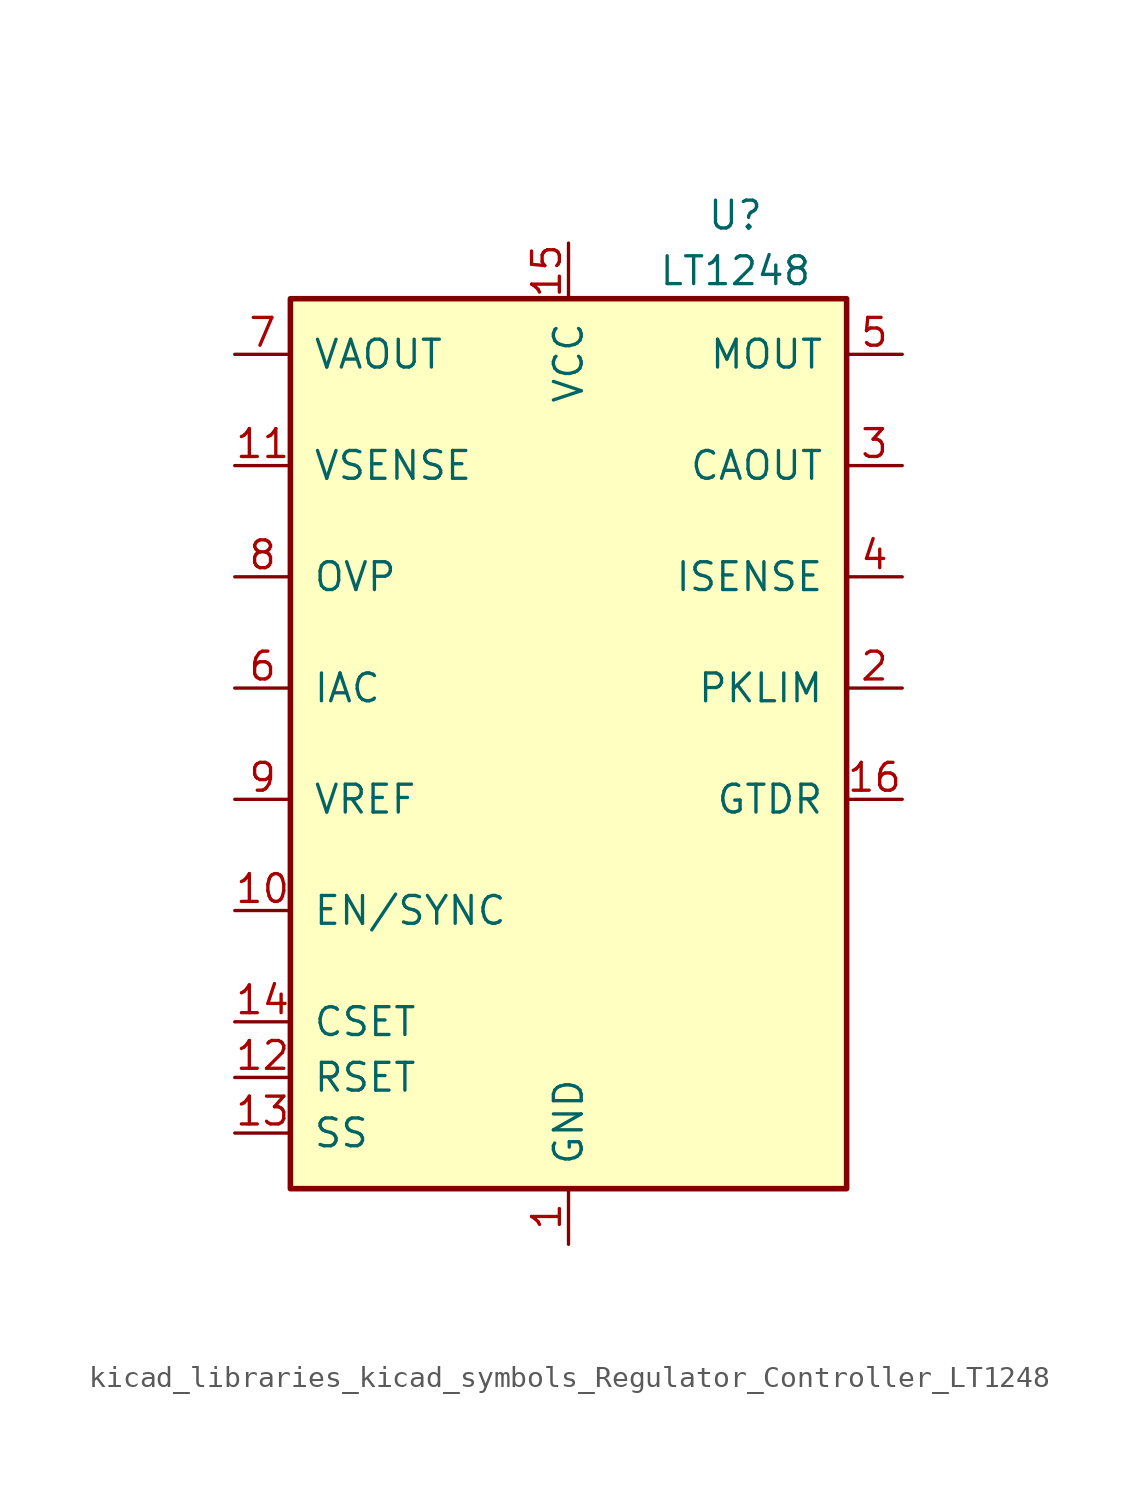
<source format=kicad_sym>
(kicad_symbol_lib
  (version 20220914)
  (generator kicad_symbol_editor)
  (symbol "kicad_libraries_kicad_symbols_Regulator_Controller_LT1248"
    (pin_names
      (offset 1.016))
    (property "Reference" "U"
      (at 7.62 24.13 0)
      (effects (font (size 1.27 1.27))))
    (property "Value" "LT1248"
      (at 7.62 21.59 0)
      (effects (font (size 1.27 1.27))))
    (symbol "kicad_libraries_kicad_symbols_Regulator_Controller_LT1248_0_1"
      (rectangle (start -12.7 20.32) (end 12.7 -20.32) (stroke (width 0.254) (type default)) (fill (type background))))
    (symbol "kicad_libraries_kicad_symbols_Regulator_Controller_LT1248_1_1"
      (pin power_in line (at 0 -22.86 90) (length 2.54) (name "GND" (effects (font (size 1.27 1.27)))) (number "1" (effects (font (size 1.27 1.27)))))
      (pin input line (at -15.24 -7.62 0) (length 2.54) (name "EN/SYNC" (effects (font (size 1.27 1.27)))) (number "10" (effects (font (size 1.27 1.27)))))
      (pin input line (at -15.24 12.7 0) (length 2.54) (name "VSENSE" (effects (font (size 1.27 1.27)))) (number "11" (effects (font (size 1.27 1.27)))))
      (pin passive line (at -15.24 -15.24 0) (length 2.54) (name "RSET" (effects (font (size 1.27 1.27)))) (number "12" (effects (font (size 1.27 1.27)))))
      (pin passive line (at -15.24 -17.78 0) (length 2.54) (name "SS" (effects (font (size 1.27 1.27)))) (number "13" (effects (font (size 1.27 1.27)))))
      (pin passive line (at -15.24 -12.7 0) (length 2.54) (name "CSET" (effects (font (size 1.27 1.27)))) (number "14" (effects (font (size 1.27 1.27)))))
      (pin power_in line (at 0 22.86 270) (length 2.54) (name "VCC" (effects (font (size 1.27 1.27)))) (number "15" (effects (font (size 1.27 1.27)))))
      (pin output line (at 15.24 -2.54 180) (length 2.54) (name "GTDR" (effects (font (size 1.27 1.27)))) (number "16" (effects (font (size 1.27 1.27)))))
      (pin input line (at 15.24 2.54 180) (length 2.54) (name "PKLIM" (effects (font (size 1.27 1.27)))) (number "2" (effects (font (size 1.27 1.27)))))
      (pin output line (at 15.24 12.7 180) (length 2.54) (name "CAOUT" (effects (font (size 1.27 1.27)))) (number "3" (effects (font (size 1.27 1.27)))))
      (pin input line (at 15.24 7.62 180) (length 2.54) (name "ISENSE" (effects (font (size 1.27 1.27)))) (number "4" (effects (font (size 1.27 1.27)))))
      (pin input line (at 15.24 17.78 180) (length 2.54) (name "MOUT" (effects (font (size 1.27 1.27)))) (number "5" (effects (font (size 1.27 1.27)))))
      (pin input line (at -15.24 2.54 0) (length 2.54) (name "IAC" (effects (font (size 1.27 1.27)))) (number "6" (effects (font (size 1.27 1.27)))))
      (pin output line (at -15.24 17.78 0) (length 2.54) (name "VAOUT" (effects (font (size 1.27 1.27)))) (number "7" (effects (font (size 1.27 1.27)))))
      (pin input line (at -15.24 7.62 0) (length 2.54) (name "OVP" (effects (font (size 1.27 1.27)))) (number "8" (effects (font (size 1.27 1.27)))))
      (pin power_out line (at -15.24 -2.54 0) (length 2.54) (name "VREF" (effects (font (size 1.27 1.27)))) (number "9" (effects (font (size 1.27 1.27))))))))
</source>
